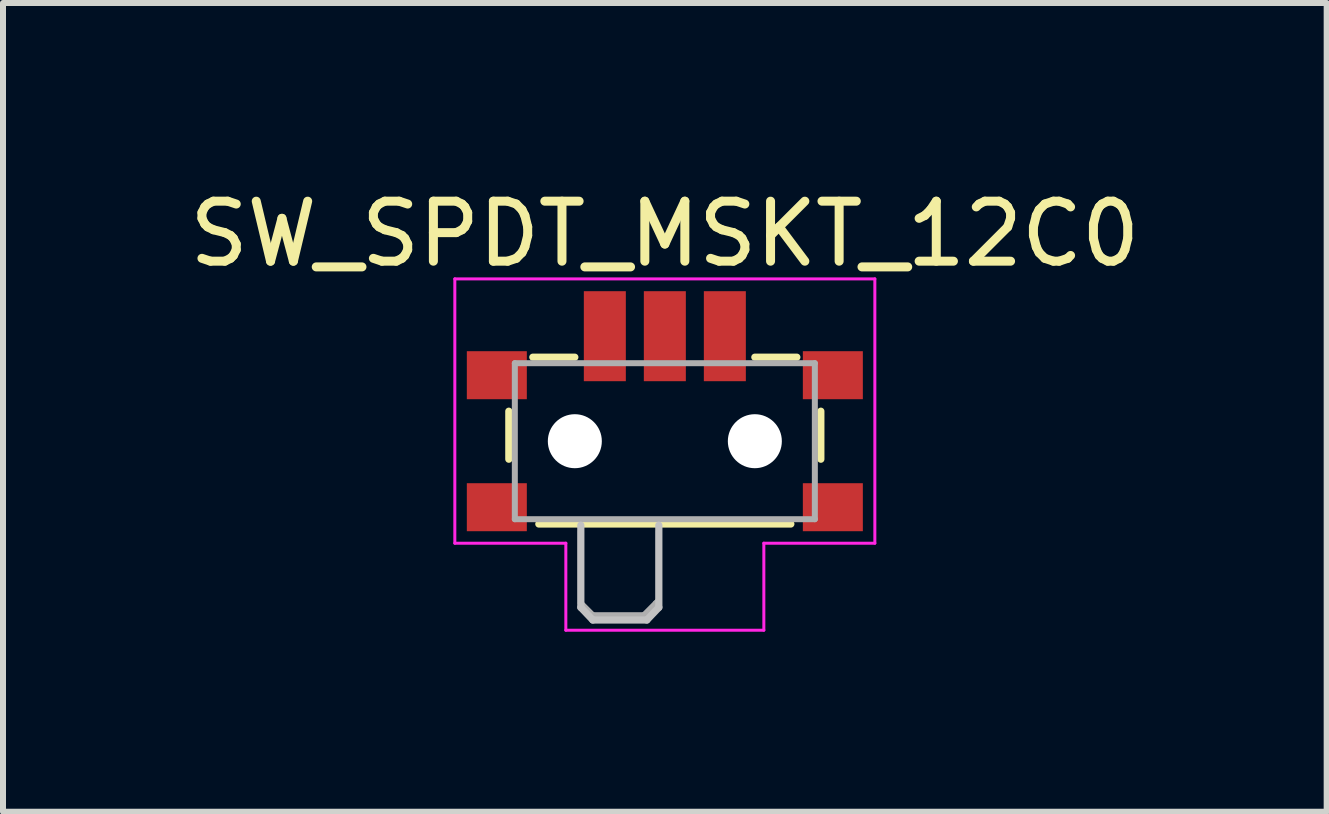
<source format=kicad_pcb>
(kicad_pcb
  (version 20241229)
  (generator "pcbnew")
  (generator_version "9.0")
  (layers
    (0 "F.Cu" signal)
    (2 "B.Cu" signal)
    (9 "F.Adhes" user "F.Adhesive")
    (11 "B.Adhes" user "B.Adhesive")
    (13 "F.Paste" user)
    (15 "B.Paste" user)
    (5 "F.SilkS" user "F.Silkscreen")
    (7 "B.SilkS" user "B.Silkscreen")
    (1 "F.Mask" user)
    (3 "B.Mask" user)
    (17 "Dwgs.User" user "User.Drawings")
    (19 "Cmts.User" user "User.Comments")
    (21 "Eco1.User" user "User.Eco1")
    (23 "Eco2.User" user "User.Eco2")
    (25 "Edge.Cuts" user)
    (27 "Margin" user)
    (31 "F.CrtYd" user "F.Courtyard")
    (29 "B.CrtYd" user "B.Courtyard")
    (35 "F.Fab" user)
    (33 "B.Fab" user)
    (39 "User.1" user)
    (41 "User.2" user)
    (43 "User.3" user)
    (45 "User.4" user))
  (footprint "SW_SPDT_MSKT_12C0"
    (layer "F.Cu")
    (at 8.03 4.303)
    (property "Reference" "SW_SPDT_MSKT_12C0" (at 0 -3.455 0) (layer "F.SilkS") (effects (font (size 1 1) (thickness 0.15))))
    (attr smd)
    (fp_line (start -2.6 -0.5) (end -2.6 0.3) (stroke (width 0.12) (type solid)) (layer "F.SilkS"))
    (fp_line (start -2.2 -1.4) (end -1.5 -1.4) (stroke (width 0.12) (type solid)) (layer "F.SilkS"))
    (fp_line (start -2.1 1.38) (end 2.1 1.38) (stroke (width 0.12) (type solid)) (layer "F.SilkS"))
    (fp_line (start 1.5 -1.4) (end 2.2 -1.4) (stroke (width 0.12) (type solid)) (layer "F.SilkS"))
    (fp_line (start 2.6 0.3) (end 2.6 -0.5) (stroke (width 0.12) (type solid)) (layer "F.SilkS"))
    (fp_line (start -1.4 1.4) (end -1.4 2.77) (stroke (width 0.12) (type solid)) (layer "Dwgs.User"))
    (fp_line (start -1.4 2.77) (end -1.2 2.98) (stroke (width 0.12) (type solid)) (layer "Dwgs.User"))
    (fp_line (start -1.2 2.98) (end -0.3 2.98) (stroke (width 0.12) (type solid)) (layer "Dwgs.User"))
    (fp_line (start -0.1 2.77) (end -0.3 2.98) (stroke (width 0.12) (type solid)) (layer "Dwgs.User"))
    (fp_line (start -0.1 2.77) (end -0.1 1.4) (stroke (width 0.12) (type solid)) (layer "Dwgs.User"))
    (fp_line (start -3.5 -2.705) (end 3.5 -2.705) (stroke (width 0.05) (type solid)) (layer "F.CrtYd"))
    (fp_line (start -3.5 1.7) (end -3.5 -2.705) (stroke (width 0.05) (type solid)) (layer "F.CrtYd"))
    (fp_line (start -1.65 1.7) (end -3.5 1.7) (stroke (width 0.05) (type solid)) (layer "F.CrtYd"))
    (fp_line (start -1.65 3.15) (end -1.65 1.7) (stroke (width 0.05) (type solid)) (layer "F.CrtYd"))
    (fp_line (start 1.65 1.7) (end 1.65 3.15) (stroke (width 0.05) (type solid)) (layer "F.CrtYd"))
    (fp_line (start 1.65 3.15) (end -1.65 3.15) (stroke (width 0.05) (type solid)) (layer "F.CrtYd"))
    (fp_line (start 3.5 -2.705) (end 3.5 1.7) (stroke (width 0.05) (type solid)) (layer "F.CrtYd"))
    (fp_line (start 3.5 1.7) (end 1.65 1.7) (stroke (width 0.05) (type solid)) (layer "F.CrtYd"))
    (fp_line (start -2.5 -1.3) (end -2.5 1.3) (stroke (width 0.1) (type solid)) (layer "F.Fab"))
    (fp_line (start -2.5 1.3) (end 2.5 1.3) (stroke (width 0.1) (type solid)) (layer "F.Fab"))
    (fp_line (start -1.4 1.5) (end -1.4 2.7) (stroke (width 0.1) (type solid)) (layer "F.Fab"))
    (fp_line (start -1.4 2.7) (end -1.2 2.9) (stroke (width 0.1) (type solid)) (layer "F.Fab"))
    (fp_line (start -1.2 2.9) (end -0.35 2.9) (stroke (width 0.1) (type solid)) (layer "F.Fab"))
    (fp_line (start -0.35 2.9) (end -0.15 2.7) (stroke (width 0.1) (type solid)) (layer "F.Fab"))
    (fp_line (start -0.15 2.7) (end -0.1 2.65) (stroke (width 0.1) (type solid)) (layer "F.Fab"))
    (fp_line (start -0.1 2.65) (end -0.1 1.5) (stroke (width 0.1) (type solid)) (layer "F.Fab"))
    (fp_line (start 2.5 -1.3) (end -2.5 -1.3) (stroke (width 0.1) (type solid)) (layer "F.Fab"))
    (fp_line (start 2.5 1.3) (end 2.5 -1.3) (stroke (width 0.1) (type solid)) (layer "F.Fab"))
    (pad "" smd rect (at -2.8 -1.1) (size 1 0.8) (layers "F.Cu" "F.Mask" "F.Paste"))
    (pad "" smd rect (at -2.8 1.1) (size 1 0.8) (layers "F.Cu" "F.Mask" "F.Paste"))
    (pad "" np_thru_hole circle (at -1.5 0) (size 0.9 0.9) (drill 0.9) (layers "*.Cu" "*.Mask"))
    (pad "" np_thru_hole circle (at 1.5 0) (size 0.9 0.9) (drill 0.9) (layers "*.Cu" "*.Mask"))
    (pad "" smd rect (at 2.8 -1.1) (size 1 0.8) (layers "F.Cu" "F.Mask" "F.Paste"))
    (pad "" smd rect (at 2.8 1.1) (size 1 0.8) (layers "F.Cu" "F.Mask" "F.Paste"))
    (pad "1" smd rect (at -1 -1.75) (size 0.7 1.5) (layers "F.Cu" "F.Mask" "F.Paste"))
    (pad "2" smd rect (at 0 -1.75) (size 0.7 1.5) (layers "F.Cu" "F.Mask" "F.Paste"))
    (pad "3" smd rect (at 1 -1.75) (size 0.7 1.5) (layers "F.Cu" "F.Mask" "F.Paste")))
  (gr_rect
    (start -3 -3)
    (end 19.06 10.478)
    (stroke (width 0.1) (type default))
    (fill no)
    (layer "Edge.Cuts")))
</source>
